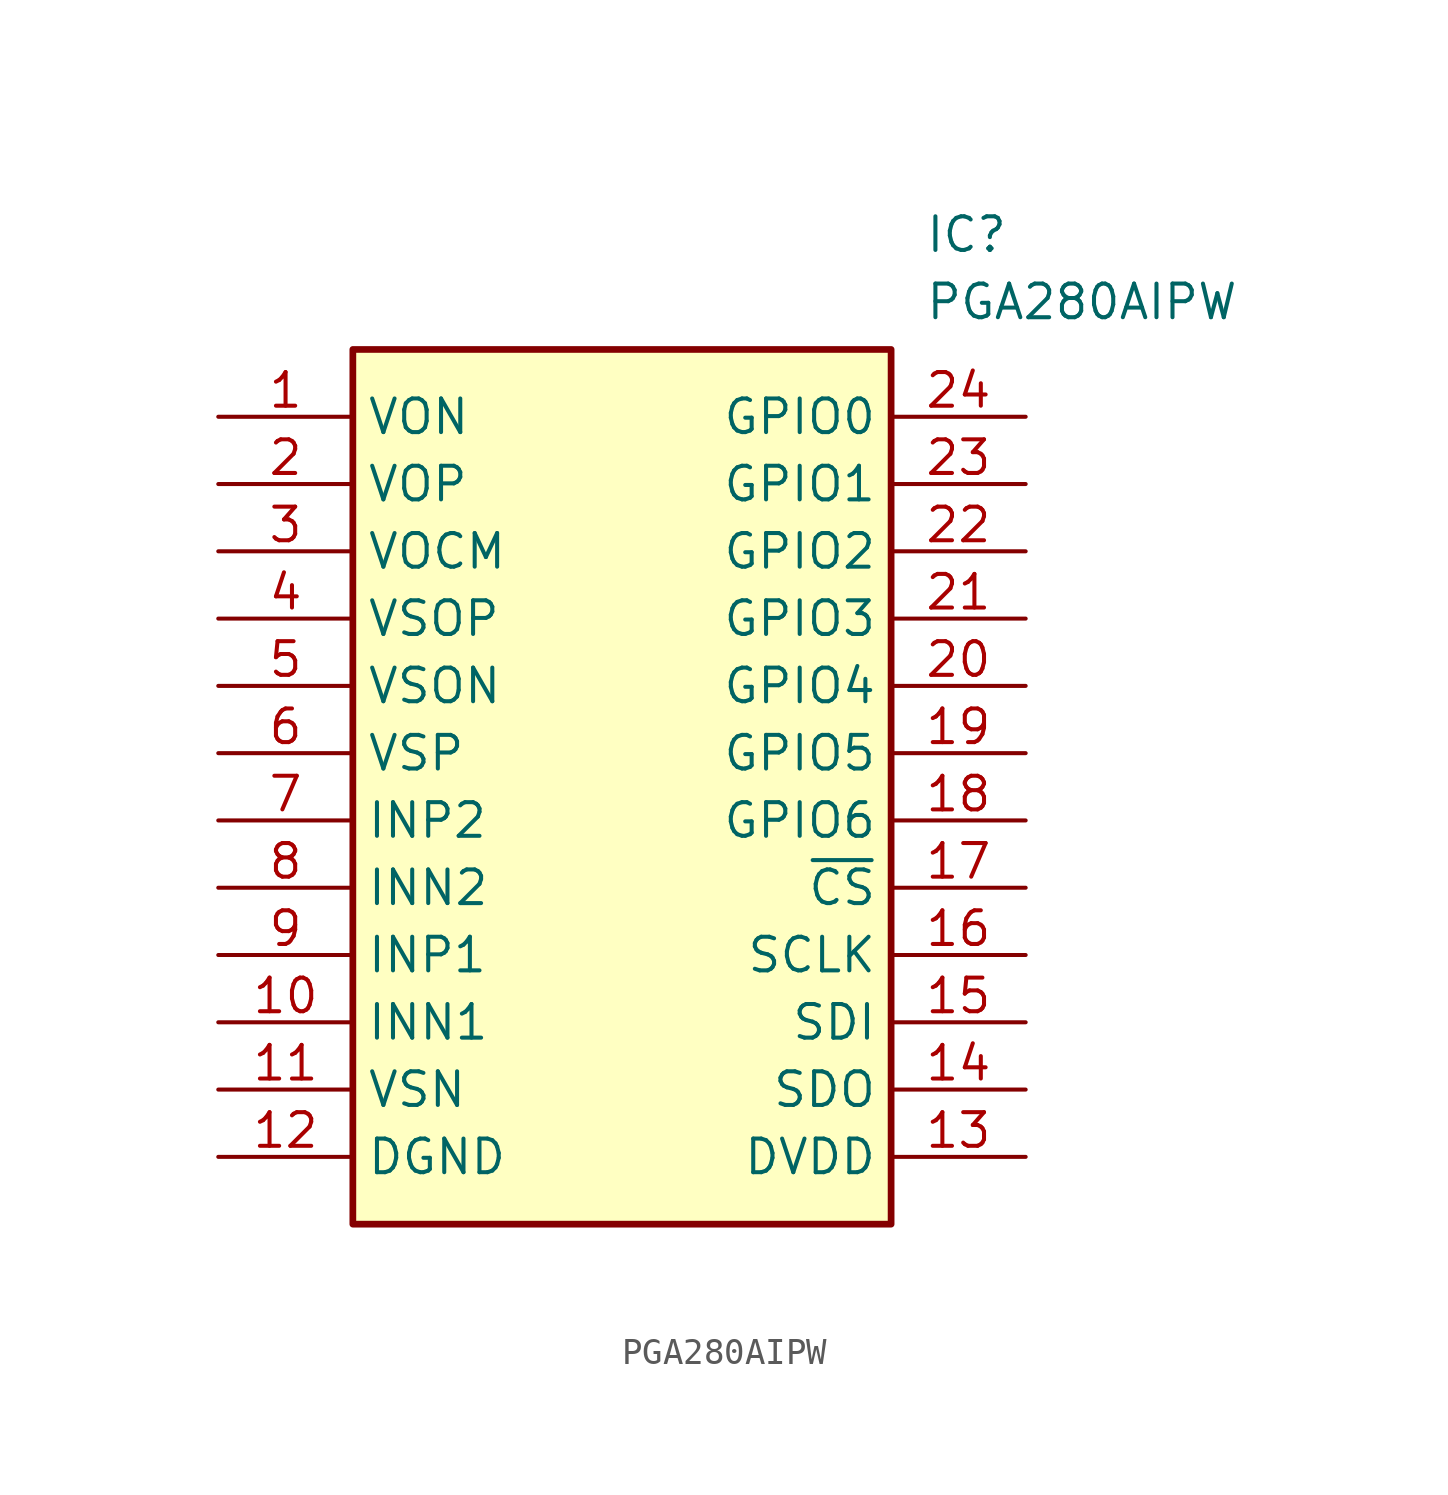
<source format=kicad_sym>
(kicad_symbol_lib
  (version 20211014)
  (generator SamacSys_ECAD_Model)
  (symbol "PGA280AIPW"
    (property "Reference" "IC"
      (at 26.67 7.62 0)
      (effects (font (size 1.27 1.27)) (justify left top)))
    (property "Value" "PGA280AIPW"
      (at 26.67 5.08 0)
      (effects (font (size 1.27 1.27)) (justify left top)))
    (rectangle
      (start 5.08 2.54)
      (end 25.4 -30.48)
      (stroke (width 0.254) (type default))
      (fill (type background)))
    (pin passive line
      (at 0 0 0)
      (length 5.08)
      (name "VON" (effects (font (size 1.27 1.27))))
      (number "1" (effects (font (size 1.27 1.27)))))
    (pin passive line
      (at 0 -2.54 0)
      (length 5.08)
      (name "VOP" (effects (font (size 1.27 1.27))))
      (number "2" (effects (font (size 1.27 1.27)))))
    (pin passive line
      (at 0 -5.08 0)
      (length 5.08)
      (name "VOCM" (effects (font (size 1.27 1.27))))
      (number "3" (effects (font (size 1.27 1.27)))))
    (pin passive line
      (at 0 -7.62 0)
      (length 5.08)
      (name "VSOP" (effects (font (size 1.27 1.27))))
      (number "4" (effects (font (size 1.27 1.27)))))
    (pin passive line
      (at 0 -10.16 0)
      (length 5.08)
      (name "VSON" (effects (font (size 1.27 1.27))))
      (number "5" (effects (font (size 1.27 1.27)))))
    (pin passive line
      (at 0 -12.7 0)
      (length 5.08)
      (name "VSP" (effects (font (size 1.27 1.27))))
      (number "6" (effects (font (size 1.27 1.27)))))
    (pin passive line
      (at 0 -15.24 0)
      (length 5.08)
      (name "INP2" (effects (font (size 1.27 1.27))))
      (number "7" (effects (font (size 1.27 1.27)))))
    (pin passive line
      (at 0 -17.78 0)
      (length 5.08)
      (name "INN2" (effects (font (size 1.27 1.27))))
      (number "8" (effects (font (size 1.27 1.27)))))
    (pin passive line
      (at 0 -20.32 0)
      (length 5.08)
      (name "INP1" (effects (font (size 1.27 1.27))))
      (number "9" (effects (font (size 1.27 1.27)))))
    (pin passive line
      (at 0 -22.86 0)
      (length 5.08)
      (name "INN1" (effects (font (size 1.27 1.27))))
      (number "10" (effects (font (size 1.27 1.27)))))
    (pin passive line
      (at 0 -25.4 0)
      (length 5.08)
      (name "VSN" (effects (font (size 1.27 1.27))))
      (number "11" (effects (font (size 1.27 1.27)))))
    (pin passive line
      (at 0 -27.94 0)
      (length 5.08)
      (name "DGND" (effects (font (size 1.27 1.27))))
      (number "12" (effects (font (size 1.27 1.27)))))
    (pin passive line
      (at 30.48 0 180)
      (length 5.08)
      (name "GPIO0" (effects (font (size 1.27 1.27))))
      (number "24" (effects (font (size 1.27 1.27)))))
    (pin passive line
      (at 30.48 -2.54 180)
      (length 5.08)
      (name "GPIO1" (effects (font (size 1.27 1.27))))
      (number "23" (effects (font (size 1.27 1.27)))))
    (pin passive line
      (at 30.48 -5.08 180)
      (length 5.08)
      (name "GPIO2" (effects (font (size 1.27 1.27))))
      (number "22" (effects (font (size 1.27 1.27)))))
    (pin passive line
      (at 30.48 -7.62 180)
      (length 5.08)
      (name "GPIO3" (effects (font (size 1.27 1.27))))
      (number "21" (effects (font (size 1.27 1.27)))))
    (pin passive line
      (at 30.48 -10.16 180)
      (length 5.08)
      (name "GPIO4" (effects (font (size 1.27 1.27))))
      (number "20" (effects (font (size 1.27 1.27)))))
    (pin passive line
      (at 30.48 -12.7 180)
      (length 5.08)
      (name "GPIO5" (effects (font (size 1.27 1.27))))
      (number "19" (effects (font (size 1.27 1.27)))))
    (pin passive line
      (at 30.48 -15.24 180)
      (length 5.08)
      (name "GPIO6" (effects (font (size 1.27 1.27))))
      (number "18" (effects (font (size 1.27 1.27)))))
    (pin passive line
      (at 30.48 -17.78 180)
      (length 5.08)
      (name "~{CS}" (effects (font (size 1.27 1.27))))
      (number "17" (effects (font (size 1.27 1.27)))))
    (pin passive line
      (at 30.48 -20.32 180)
      (length 5.08)
      (name "SCLK" (effects (font (size 1.27 1.27))))
      (number "16" (effects (font (size 1.27 1.27)))))
    (pin passive line
      (at 30.48 -22.86 180)
      (length 5.08)
      (name "SDI" (effects (font (size 1.27 1.27))))
      (number "15" (effects (font (size 1.27 1.27)))))
    (pin passive line
      (at 30.48 -25.4 180)
      (length 5.08)
      (name "SDO" (effects (font (size 1.27 1.27))))
      (number "14" (effects (font (size 1.27 1.27)))))
    (pin passive line
      (at 30.48 -27.94 180)
      (length 5.08)
      (name "DVDD" (effects (font (size 1.27 1.27))))
      (number "13" (effects (font (size 1.27 1.27)))))))
</source>
